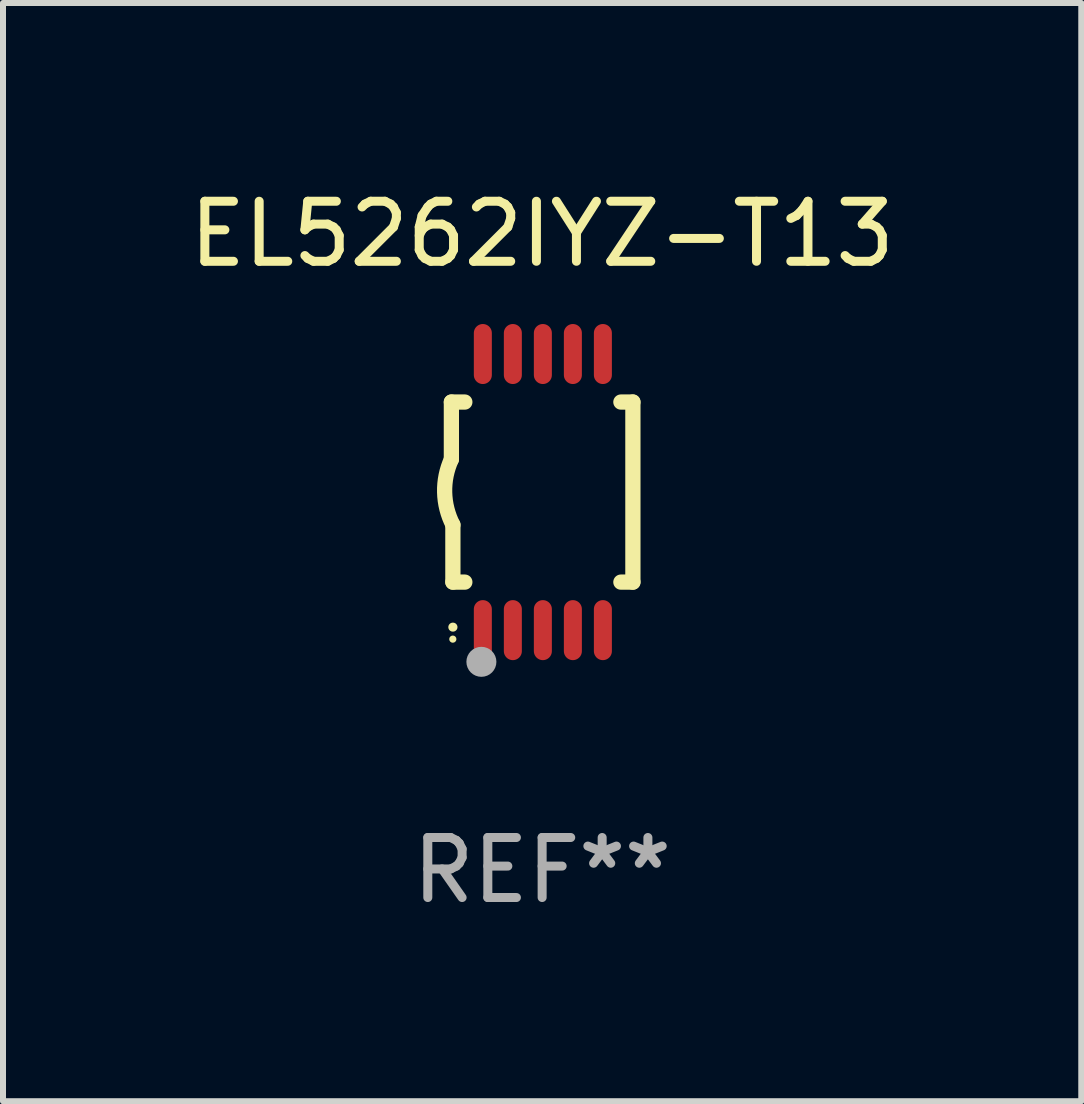
<source format=kicad_pcb>
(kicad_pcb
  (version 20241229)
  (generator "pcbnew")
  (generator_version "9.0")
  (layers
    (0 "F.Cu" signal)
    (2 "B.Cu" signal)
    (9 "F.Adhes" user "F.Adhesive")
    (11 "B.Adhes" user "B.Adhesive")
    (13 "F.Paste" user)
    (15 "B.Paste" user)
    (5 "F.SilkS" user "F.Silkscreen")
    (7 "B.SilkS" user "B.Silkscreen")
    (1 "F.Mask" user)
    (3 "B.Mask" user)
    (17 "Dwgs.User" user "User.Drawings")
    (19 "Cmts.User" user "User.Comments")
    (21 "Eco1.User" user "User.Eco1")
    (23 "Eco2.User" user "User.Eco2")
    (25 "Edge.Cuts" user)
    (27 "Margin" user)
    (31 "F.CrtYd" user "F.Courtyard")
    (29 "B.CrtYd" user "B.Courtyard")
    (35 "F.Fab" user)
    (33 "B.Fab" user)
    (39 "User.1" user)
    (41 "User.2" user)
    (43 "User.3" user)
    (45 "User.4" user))
  (footprint "EL5262IYZ-T13"
    (layer "F.Cu")
    (at 5.982 5.148)
    (property "Reference" "EL5262IYZ-T13" (at 0 -4.3 0) (layer "F.SilkS") (effects (font (size 1 1) (thickness 0.15))))
    (attr through_hole)
    (fp_line (start -1.512 -1.5) (end -1.512 -0.546) (stroke (width 0.254) (type solid)) (layer "F.SilkS"))
    (fp_line (start -1.487 0.546) (end -1.487 1.5) (stroke (width 0.254) (type solid)) (layer "F.SilkS"))
    (fp_line (start -1.288 -1.5) (end -1.512 -1.5) (stroke (width 0.254) (type solid)) (layer "F.SilkS"))
    (fp_line (start -1.288 1.5) (end -1.487 1.5) (stroke (width 0.254) (type solid)) (layer "F.SilkS"))
    (fp_line (start 1.512 -1.5) (end 1.312 -1.5) (stroke (width 0.254) (type solid)) (layer "F.SilkS"))
    (fp_line (start 1.512 -1.5) (end 1.512 1.5) (stroke (width 0.254) (type solid)) (layer "F.SilkS"))
    (fp_line (start 1.512 1.5) (end 1.312 1.5) (stroke (width 0.254) (type solid)) (layer "F.SilkS"))
    (fp_arc (start -1.487998 2.250013) (mid -1.486728 2.250007) (end -1.485458 2.250013) (stroke (width 0.150013) (type solid)) (layer "F.SilkS"))
    (fp_arc (start -1.486602 0.546102) (mid -1.624196 0.002905) (end -1.512002 -0.546101) (stroke (width 0.254001) (type solid)) (layer "F.SilkS"))
    (fp_circle (center -1.488 2.45) (end -1.458 2.45) (stroke (width 0.06) (type solid)) (fill no) (layer "F.SilkS"))
    (fp_circle (center -1.012 2.828) (end -0.887 2.828) (stroke (width 0.25) (type solid)) (fill no) (layer "F.Fab"))
    (fp_text user "REF**" (at 0 6.3 0) (layer "F.Fab") (effects (font (size 1 1) (thickness 0.15))))
    (pad "1" smd oval (at -0.988 2.3) (size 0.3 1) (layers "F.Cu" "F.Mask" "F.Paste"))
    (pad "2" smd oval (at -0.488 2.3) (size 0.3 1) (layers "F.Cu" "F.Mask" "F.Paste"))
    (pad "3" smd oval (at 0.012 2.3) (size 0.3 1) (layers "F.Cu" "F.Mask" "F.Paste"))
    (pad "4" smd oval (at 0.512 2.3) (size 0.3 1) (layers "F.Cu" "F.Mask" "F.Paste"))
    (pad "5" smd oval (at 1.012 2.3) (size 0.3 1) (layers "F.Cu" "F.Mask" "F.Paste"))
    (pad "6" smd oval (at 1.012 -2.3) (size 0.3 1) (layers "F.Cu" "F.Mask" "F.Paste"))
    (pad "7" smd oval (at 0.512 -2.3) (size 0.3 1) (layers "F.Cu" "F.Mask" "F.Paste"))
    (pad "8" smd oval (at 0.012 -2.3) (size 0.3 1) (layers "F.Cu" "F.Mask" "F.Paste"))
    (pad "9" smd oval (at -0.488 -2.3) (size 0.3 1) (layers "F.Cu" "F.Mask" "F.Paste"))
    (pad "10" smd oval (at -0.988 -2.3) (size 0.3 1) (layers "F.Cu" "F.Mask" "F.Paste")))
  (gr_rect
    (start -3 -3)
    (end 14.964 15.296)
    (stroke (width 0.1) (type default))
    (fill no)
    (layer "Edge.Cuts")))
</source>
